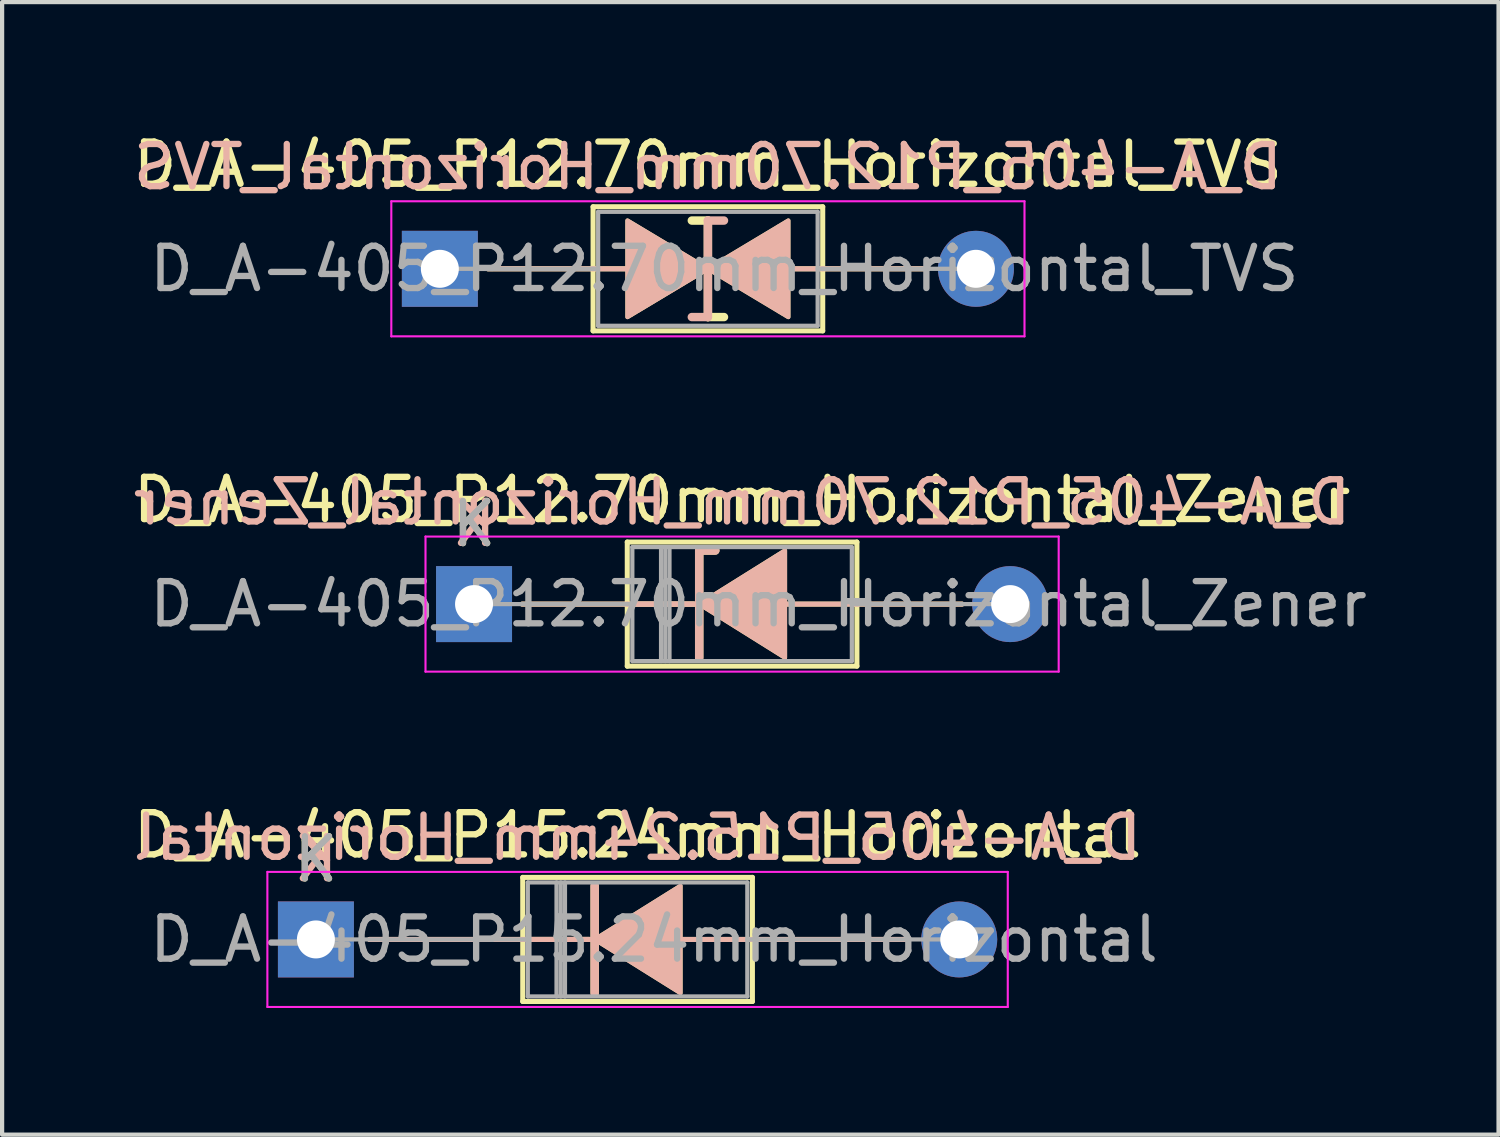
<source format=kicad_pcb>
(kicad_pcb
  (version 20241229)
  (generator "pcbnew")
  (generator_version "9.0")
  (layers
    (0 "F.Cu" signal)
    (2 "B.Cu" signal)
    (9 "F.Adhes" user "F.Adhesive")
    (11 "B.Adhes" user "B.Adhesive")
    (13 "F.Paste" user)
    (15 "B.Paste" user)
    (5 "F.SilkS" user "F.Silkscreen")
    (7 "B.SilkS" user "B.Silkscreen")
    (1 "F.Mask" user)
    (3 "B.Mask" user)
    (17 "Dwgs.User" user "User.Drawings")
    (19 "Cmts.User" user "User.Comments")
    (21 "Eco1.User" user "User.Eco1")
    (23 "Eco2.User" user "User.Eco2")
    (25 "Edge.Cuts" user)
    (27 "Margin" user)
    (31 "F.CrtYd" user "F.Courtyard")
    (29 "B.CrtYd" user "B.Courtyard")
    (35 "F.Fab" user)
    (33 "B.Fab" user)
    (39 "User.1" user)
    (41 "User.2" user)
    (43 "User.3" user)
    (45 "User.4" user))
  (footprint "D_A-405_P12.70mm_Horizontal_Zener"
    (layer "F.Cu")
    (at 8.18 11.261)
    (property "Reference" "D_A-405_P12.70mm_Horizontal_Zener" (at 6.35 -2.47 0) (layer "F.SilkS") (effects (font (size 1 1) (thickness 0.15))))
    (fp_line (start 1.14 0) (end 3.63 0) (stroke (width 0.12) (type solid)) (layer "F.SilkS"))
    (fp_line (start 3.63 -1.47) (end 3.63 1.47) (stroke (width 0.12) (type solid)) (layer "F.SilkS"))
    (fp_line (start 3.63 0) (end 5.2 0) (stroke (width 0.12) (type solid)) (layer "F.SilkS"))
    (fp_line (start 3.63 1.47) (end 9.07 1.47) (stroke (width 0.12) (type solid)) (layer "F.SilkS"))
    (fp_line (start 5.334 -1.27) (end 5.334 1.27) (stroke (width 0.2) (type solid)) (layer "F.SilkS"))
    (fp_line (start 5.334 -1.27) (end 5.715 -1.27) (stroke (width 0.2) (type solid)) (layer "F.SilkS"))
    (fp_line (start 5.334 0) (end 3.8 0) (stroke (width 0.12) (type solid)) (layer "F.SilkS"))
    (fp_line (start 9.07 -1.47) (end 3.63 -1.47) (stroke (width 0.12) (type solid)) (layer "F.SilkS"))
    (fp_line (start 9.07 0) (end 7.429 0) (stroke (width 0.12) (type solid)) (layer "F.SilkS"))
    (fp_line (start 9.07 1.47) (end 9.07 -1.47) (stroke (width 0.12) (type solid)) (layer "F.SilkS"))
    (fp_line (start 11.56 0) (end 9.07 0) (stroke (width 0.12) (type solid)) (layer "F.SilkS"))
    (fp_poly (pts (xy 7.366 1.27) (xy 5.334 0) (xy 7.366 -1.27)) (stroke (width 0.1) (type solid)) (fill yes) (layer "F.SilkS"))
    (fp_line (start 1.14 0) (end 3.63 0) (stroke (width 0.12) (type solid)) (layer "B.SilkS"))
    (fp_line (start 3.63 0) (end 5.2 0) (stroke (width 0.12) (type solid)) (layer "B.SilkS"))
    (fp_line (start 5.334 -1.27) (end 5.715 -1.27) (stroke (width 0.2) (type solid)) (layer "B.SilkS"))
    (fp_line (start 5.334 0) (end 3.8 0) (stroke (width 0.12) (type solid)) (layer "B.SilkS"))
    (fp_line (start 5.334 1.27) (end 5.334 -1.27) (stroke (width 0.2) (type solid)) (layer "B.SilkS"))
    (fp_line (start 9.07 0) (end 7.429 0) (stroke (width 0.12) (type solid)) (layer "B.SilkS"))
    (fp_line (start 11.56 0) (end 9.07 0) (stroke (width 0.12) (type solid)) (layer "B.SilkS"))
    (fp_poly (pts (xy 7.366 -1.27) (xy 5.334 0) (xy 7.366 1.27)) (stroke (width 0.1) (type solid)) (fill yes) (layer "B.SilkS"))
    (fp_line (start -1.15 -1.6) (end -1.15 1.6) (stroke (width 0.05) (type solid)) (layer "F.CrtYd"))
    (fp_line (start -1.15 1.6) (end 13.85 1.6) (stroke (width 0.05) (type solid)) (layer "F.CrtYd"))
    (fp_line (start 13.85 -1.6) (end -1.15 -1.6) (stroke (width 0.05) (type solid)) (layer "F.CrtYd"))
    (fp_line (start 13.85 1.6) (end 13.85 -1.6) (stroke (width 0.05) (type solid)) (layer "F.CrtYd"))
    (fp_line (start 0 0) (end 3.75 0) (stroke (width 0.1) (type solid)) (layer "F.Fab"))
    (fp_line (start 3.75 -1.35) (end 3.75 1.35) (stroke (width 0.1) (type solid)) (layer "F.Fab"))
    (fp_line (start 3.75 1.35) (end 8.95 1.35) (stroke (width 0.1) (type solid)) (layer "F.Fab"))
    (fp_line (start 4.43 -1.35) (end 4.43 1.35) (stroke (width 0.1) (type solid)) (layer "F.Fab"))
    (fp_line (start 4.53 -1.35) (end 4.53 1.35) (stroke (width 0.1) (type solid)) (layer "F.Fab"))
    (fp_line (start 4.63 -1.35) (end 4.63 1.35) (stroke (width 0.1) (type solid)) (layer "F.Fab"))
    (fp_line (start 8.95 -1.35) (end 3.75 -1.35) (stroke (width 0.1) (type solid)) (layer "F.Fab"))
    (fp_line (start 8.95 1.35) (end 8.95 -1.35) (stroke (width 0.1) (type solid)) (layer "F.Fab"))
    (fp_line (start 12.7 0) (end 8.95 0) (stroke (width 0.1) (type solid)) (layer "F.Fab"))
    (fp_text user "K" (at 0 -1.9 0) (layer "F.SilkS") (effects (font (size 1 1) (thickness 0.15))))
    (fp_text user "${REFERENCE}" (at 6.35 -2.413 0) (layer "B.SilkS") (effects (font (size 1 1) (thickness 0.15)) (justify mirror)))
    (fp_text user "K" (at 0 -1.905 0) (layer "B.SilkS") (effects (font (size 1 1) (thickness 0.15)) (justify mirror)))
    (fp_text user "K" (at 0 -1.9 0) (layer "F.Fab") (effects (font (size 1 1) (thickness 0.15))))
    (fp_text user "${REFERENCE}" (at 6.74 0 0) (layer "F.Fab") (effects (font (size 1 1) (thickness 0.15))))
    (pad "1" thru_hole rect (at 0 0) (size 1.8 1.8) (drill 0.9) (layers "*.Cu" "*.Mask"))
    (pad "2" thru_hole oval (at 12.7 0) (size 1.8 1.8) (drill 0.9) (layers "*.Cu" "*.Mask")))
  (footprint "D_A-405_P15.24mm_Horizontal"
    (layer "F.Cu")
    (at 4.434 19.205)
    (property "Reference" "D_A-405_P15.24mm_Horizontal" (at 7.62 -2.47 0) (layer "F.SilkS") (effects (font (size 1 1) (thickness 0.15))))
    (fp_line (start 1.27 0) (end 4.9 0) (stroke (width 0.12) (type solid)) (layer "F.SilkS"))
    (fp_line (start 4.9 -1.47) (end 4.9 1.47) (stroke (width 0.12) (type solid)) (layer "F.SilkS"))
    (fp_line (start 4.9 0) (end 6.604 0) (stroke (width 0.12) (type solid)) (layer "F.SilkS"))
    (fp_line (start 4.9 1.47) (end 10.34 1.47) (stroke (width 0.12) (type solid)) (layer "F.SilkS"))
    (fp_line (start 6.47 0) (end 5.07 0) (stroke (width 0.12) (type solid)) (layer "F.SilkS"))
    (fp_line (start 6.604 -1.27) (end 6.604 1.27) (stroke (width 0.2) (type solid)) (layer "F.SilkS"))
    (fp_line (start 10.34 -1.47) (end 4.9 -1.47) (stroke (width 0.12) (type solid)) (layer "F.SilkS"))
    (fp_line (start 10.34 0) (end 8.7 0) (stroke (width 0.12) (type solid)) (layer "F.SilkS"))
    (fp_line (start 10.34 1.47) (end 10.34 -1.47) (stroke (width 0.12) (type solid)) (layer "F.SilkS"))
    (fp_line (start 13.97 0) (end 10.34 0) (stroke (width 0.12) (type solid)) (layer "F.SilkS"))
    (fp_poly (pts (xy 8.636 1.27) (xy 6.604 0) (xy 8.636 -1.27)) (stroke (width 0.1) (type solid)) (fill yes) (layer "F.SilkS"))
    (fp_line (start 1.27 0) (end 4.9 0) (stroke (width 0.12) (type solid)) (layer "B.SilkS"))
    (fp_line (start 4.9 0) (end 6.604 0) (stroke (width 0.12) (type solid)) (layer "B.SilkS"))
    (fp_line (start 6.47 0) (end 5.07 0) (stroke (width 0.12) (type solid)) (layer "B.SilkS"))
    (fp_line (start 6.604 1.27) (end 6.604 -1.27) (stroke (width 0.2) (type solid)) (layer "B.SilkS"))
    (fp_line (start 10.34 0) (end 8.7 0) (stroke (width 0.12) (type solid)) (layer "B.SilkS"))
    (fp_line (start 13.97 0) (end 10.34 0) (stroke (width 0.12) (type solid)) (layer "B.SilkS"))
    (fp_poly (pts (xy 8.636 -1.27) (xy 6.604 0) (xy 8.636 1.27)) (stroke (width 0.1) (type solid)) (fill yes) (layer "B.SilkS"))
    (fp_line (start -1.15 -1.6) (end -1.15 1.6) (stroke (width 0.05) (type solid)) (layer "F.CrtYd"))
    (fp_line (start -1.15 1.6) (end 16.39 1.6) (stroke (width 0.05) (type solid)) (layer "F.CrtYd"))
    (fp_line (start 16.39 -1.6) (end -1.15 -1.6) (stroke (width 0.05) (type solid)) (layer "F.CrtYd"))
    (fp_line (start 16.39 1.6) (end 16.39 -1.6) (stroke (width 0.05) (type solid)) (layer "F.CrtYd"))
    (fp_line (start 0 0) (end 5.02 0) (stroke (width 0.1) (type solid)) (layer "F.Fab"))
    (fp_line (start 5.02 -1.35) (end 5.02 1.35) (stroke (width 0.1) (type solid)) (layer "F.Fab"))
    (fp_line (start 5.02 1.35) (end 10.22 1.35) (stroke (width 0.1) (type solid)) (layer "F.Fab"))
    (fp_line (start 5.7 -1.35) (end 5.7 1.35) (stroke (width 0.1) (type solid)) (layer "F.Fab"))
    (fp_line (start 5.8 -1.35) (end 5.8 1.35) (stroke (width 0.1) (type solid)) (layer "F.Fab"))
    (fp_line (start 5.9 -1.35) (end 5.9 1.35) (stroke (width 0.1) (type solid)) (layer "F.Fab"))
    (fp_line (start 10.22 -1.35) (end 5.02 -1.35) (stroke (width 0.1) (type solid)) (layer "F.Fab"))
    (fp_line (start 10.22 1.35) (end 10.22 -1.35) (stroke (width 0.1) (type solid)) (layer "F.Fab"))
    (fp_line (start 15.24 0) (end 10.22 0) (stroke (width 0.1) (type solid)) (layer "F.Fab"))
    (fp_text user "K" (at 0 -1.9 0) (layer "F.SilkS") (effects (font (size 1 1) (thickness 0.15))))
    (fp_text user "${REFERENCE}" (at 7.62 -2.413 0) (layer "B.SilkS") (effects (font (size 1 1) (thickness 0.15)) (justify mirror)))
    (fp_text user "K" (at 0 -1.905 0) (layer "B.SilkS") (effects (font (size 1 1) (thickness 0.15)) (justify mirror)))
    (fp_text user "K" (at 0 -1.9 0) (layer "F.Fab") (effects (font (size 1 1) (thickness 0.15))))
    (fp_text user "${REFERENCE}" (at 8.01 0 0) (layer "F.Fab") (effects (font (size 1 1) (thickness 0.15))))
    (pad "1" thru_hole rect (at 0 0) (size 1.8 1.8) (drill 0.9) (layers "*.Cu" "*.Mask"))
    (pad "2" thru_hole oval (at 15.24 0) (size 1.8 1.8) (drill 0.9) (layers "*.Cu" "*.Mask")))
  (footprint "D_A-405_P12.70mm_Horizontal_TVS"
    (layer "F.Cu")
    (at 7.37 3.318)
    (property "Reference" "D_A-405_P12.70mm_Horizontal_TVS" (at 6.35 -2.47 0) (layer "F.SilkS") (effects (font (size 1 1) (thickness 0.15))))
    (fp_line (start 1.14 0) (end 3.63 0) (stroke (width 0.12) (type solid)) (layer "F.SilkS"))
    (fp_line (start 3.63 -1.47) (end 3.63 1.47) (stroke (width 0.12) (type solid)) (layer "F.SilkS"))
    (fp_line (start 3.63 0) (end 4.445 0) (stroke (width 0.12) (type solid)) (layer "F.SilkS"))
    (fp_line (start 3.63 1.47) (end 9.07 1.47) (stroke (width 0.12) (type solid)) (layer "F.SilkS"))
    (fp_line (start 6.35 -1.143) (end 5.969 -1.143) (stroke (width 0.2) (type solid)) (layer "F.SilkS"))
    (fp_line (start 6.35 1.143) (end 6.35 -1.143) (stroke (width 0.2) (type solid)) (layer "F.SilkS"))
    (fp_line (start 6.731 1.143) (end 6.35 1.143) (stroke (width 0.2) (type solid)) (layer "F.SilkS"))
    (fp_line (start 9.07 -1.47) (end 3.63 -1.47) (stroke (width 0.12) (type solid)) (layer "F.SilkS"))
    (fp_line (start 9.07 0) (end 8.255 0) (stroke (width 0.12) (type solid)) (layer "F.SilkS"))
    (fp_line (start 9.07 1.47) (end 9.07 -1.47) (stroke (width 0.12) (type solid)) (layer "F.SilkS"))
    (fp_line (start 11.56 0) (end 9.07 0) (stroke (width 0.12) (type solid)) (layer "F.SilkS"))
    (fp_poly (pts (xy 6.35 0) (xy 4.445 1.143) (xy 4.445 -1.143)) (stroke (width 0.1) (type solid)) (fill yes) (layer "F.SilkS"))
    (fp_poly (pts (xy 6.35 0) (xy 8.255 -1.143) (xy 8.255 1.143)) (stroke (width 0.1) (type solid)) (fill yes) (layer "F.SilkS"))
    (fp_line (start 1.14 0) (end 3.63 0) (stroke (width 0.12) (type solid)) (layer "B.SilkS"))
    (fp_line (start 3.63 0) (end 4.445 0) (stroke (width 0.12) (type solid)) (layer "B.SilkS"))
    (fp_line (start 6.35 -1.143) (end 6.35 1.143) (stroke (width 0.2) (type solid)) (layer "B.SilkS"))
    (fp_line (start 6.35 1.143) (end 5.969 1.143) (stroke (width 0.2) (type solid)) (layer "B.SilkS"))
    (fp_line (start 6.731 -1.143) (end 6.35 -1.143) (stroke (width 0.2) (type solid)) (layer "B.SilkS"))
    (fp_line (start 9.07 0) (end 8.255 0) (stroke (width 0.12) (type solid)) (layer "B.SilkS"))
    (fp_line (start 11.56 0) (end 9.07 0) (stroke (width 0.12) (type solid)) (layer "B.SilkS"))
    (fp_poly (pts (xy 6.35 0) (xy 4.445 -1.143) (xy 4.445 1.143)) (stroke (width 0.1) (type solid)) (fill yes) (layer "B.SilkS"))
    (fp_poly (pts (xy 6.35 0) (xy 8.255 1.143) (xy 8.255 -1.143)) (stroke (width 0.1) (type solid)) (fill yes) (layer "B.SilkS"))
    (fp_line (start -1.15 -1.6) (end -1.15 1.6) (stroke (width 0.05) (type solid)) (layer "F.CrtYd"))
    (fp_line (start -1.15 1.6) (end 13.85 1.6) (stroke (width 0.05) (type solid)) (layer "F.CrtYd"))
    (fp_line (start 13.85 -1.6) (end -1.15 -1.6) (stroke (width 0.05) (type solid)) (layer "F.CrtYd"))
    (fp_line (start 13.85 1.6) (end 13.85 -1.6) (stroke (width 0.05) (type solid)) (layer "F.CrtYd"))
    (fp_line (start 0 0) (end 3.75 0) (stroke (width 0.1) (type solid)) (layer "F.Fab"))
    (fp_line (start 3.75 -1.35) (end 3.75 1.35) (stroke (width 0.1) (type solid)) (layer "F.Fab"))
    (fp_line (start 3.75 1.35) (end 8.95 1.35) (stroke (width 0.1) (type solid)) (layer "F.Fab"))
    (fp_line (start 8.95 -1.35) (end 3.75 -1.35) (stroke (width 0.1) (type solid)) (layer "F.Fab"))
    (fp_line (start 8.95 1.35) (end 8.95 -1.35) (stroke (width 0.1) (type solid)) (layer "F.Fab"))
    (fp_line (start 12.7 0) (end 8.95 0) (stroke (width 0.1) (type solid)) (layer "F.Fab"))
    (fp_text user "${REFERENCE}" (at 6.35 -2.413 0) (layer "B.SilkS") (effects (font (size 1 1) (thickness 0.15)) (justify mirror)))
    (fp_text user "${REFERENCE}" (at 6.74 0 0) (layer "F.Fab") (effects (font (size 1 1) (thickness 0.15))))
    (pad "1" thru_hole rect (at 0 0) (size 1.8 1.8) (drill 0.9) (layers "*.Cu" "*.Mask"))
    (pad "2" thru_hole oval (at 12.7 0) (size 1.8 1.8) (drill 0.9) (layers "*.Cu" "*.Mask")))
  (gr_rect
    (start -3 -3)
    (end 32.45 23.83)
    (stroke (width 0.1) (type default))
    (fill no)
    (layer "Edge.Cuts")))
</source>
